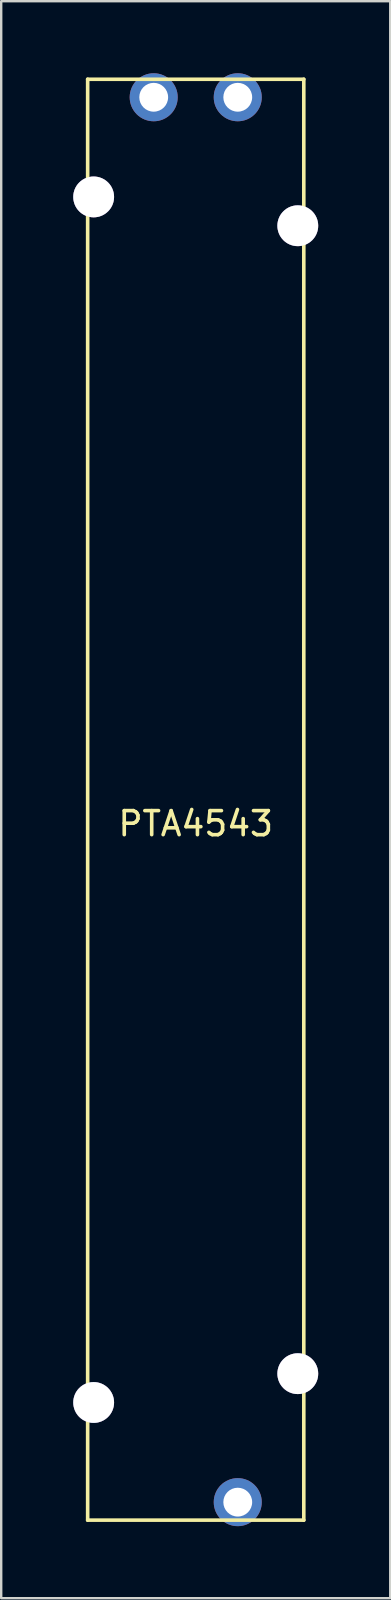
<source format=kicad_pcb>
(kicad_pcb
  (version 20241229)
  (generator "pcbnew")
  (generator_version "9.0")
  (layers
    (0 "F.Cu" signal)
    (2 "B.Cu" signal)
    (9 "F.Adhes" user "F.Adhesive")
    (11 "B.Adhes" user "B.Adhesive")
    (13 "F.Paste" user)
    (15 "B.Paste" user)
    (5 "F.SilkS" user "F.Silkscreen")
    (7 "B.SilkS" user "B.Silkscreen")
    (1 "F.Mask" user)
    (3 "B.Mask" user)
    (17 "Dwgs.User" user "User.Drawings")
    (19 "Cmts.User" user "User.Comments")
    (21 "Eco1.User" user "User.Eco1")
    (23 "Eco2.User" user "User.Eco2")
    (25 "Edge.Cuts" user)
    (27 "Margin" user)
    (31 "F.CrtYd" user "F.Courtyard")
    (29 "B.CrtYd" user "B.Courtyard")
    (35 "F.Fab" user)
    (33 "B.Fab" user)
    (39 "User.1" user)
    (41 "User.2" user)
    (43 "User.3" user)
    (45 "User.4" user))
  (footprint "PTA4543"
    (layer "F.Cu")
    (at 5.1 30.25)
    (property "Reference" "PTA4543" (at 0 1 0) (layer "F.SilkS") (effects (font (size 1 1) (thickness 0.15))))
    (attr through_hole)
    (fp_line (start -4.5 -30) (end -4.5 30) (stroke (width 0.15) (type solid)) (layer "F.SilkS"))
    (fp_line (start -4.5 30) (end 4.5 30) (stroke (width 0.15) (type solid)) (layer "F.SilkS"))
    (fp_line (start 4.5 -30) (end -4.5 -30) (stroke (width 0.15) (type solid)) (layer "F.SilkS"))
    (fp_line (start 4.5 30) (end 4.5 -30) (stroke (width 0.15) (type solid)) (layer "F.SilkS"))
    (pad "" thru_hole circle (at -4.25 -25.1) (size 1.7 1.7) (drill 1.7) (layers "*.Cu" "*.Mask"))
    (pad "" thru_hole circle (at -4.25 25.1) (size 1.7 1.7) (drill 1.7) (layers "*.Cu" "*.Mask"))
    (pad "" thru_hole circle (at 4.25 -23.9) (size 1.7 1.7) (drill 1.7) (layers "*.Cu" "*.Mask"))
    (pad "" thru_hole circle (at 4.25 23.9) (size 1.7 1.7) (drill 1.7) (layers "*.Cu" "*.Mask"))
    (pad "1" thru_hole circle (at 1.75 -29.25) (size 2 2) (drill 1.2) (layers "*.Cu" "*.Mask"))
    (pad "2" thru_hole circle (at -1.75 -29.25) (size 2 2) (drill 1.2) (layers "*.Cu" "*.Mask"))
    (pad "3" thru_hole circle (at 1.75 29.25) (size 2 2) (drill 1.2) (layers "*.Cu" "*.Mask")))
  (gr_rect
    (start -3 -3)
    (end 13.2 63.5)
    (stroke (width 0.1) (type default))
    (fill no)
    (layer "Edge.Cuts")))
</source>
